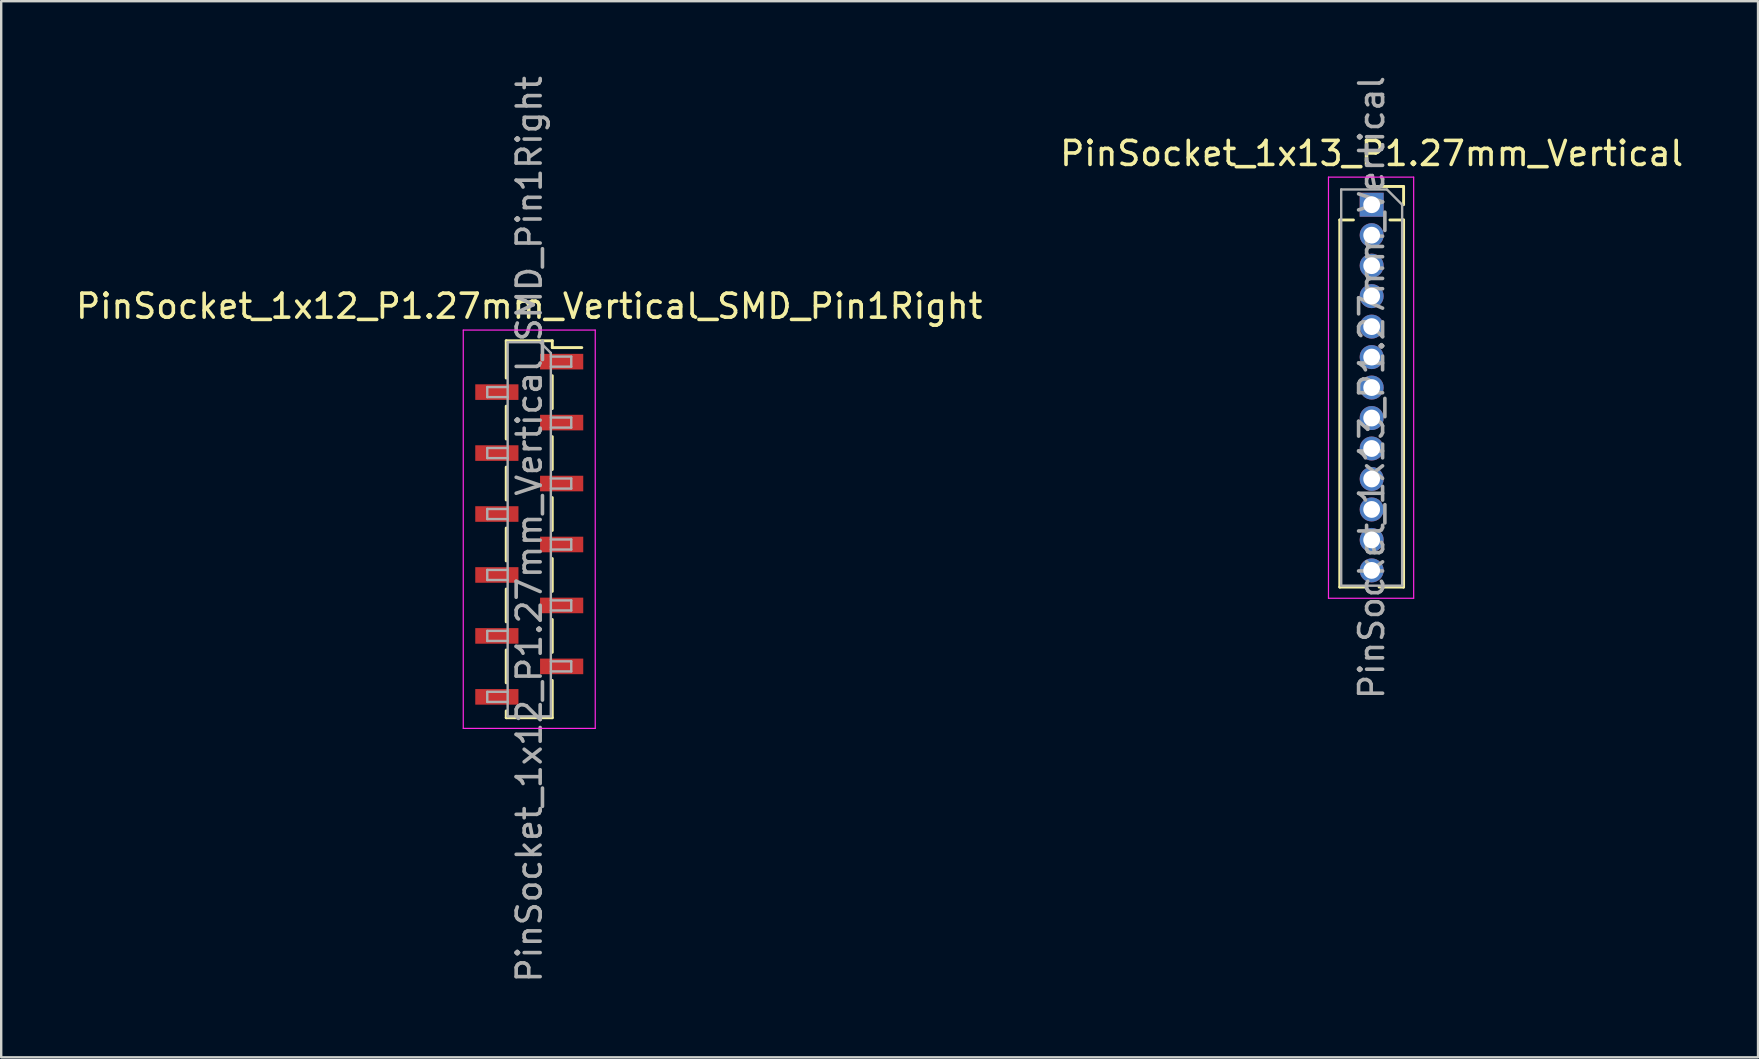
<source format=kicad_pcb>
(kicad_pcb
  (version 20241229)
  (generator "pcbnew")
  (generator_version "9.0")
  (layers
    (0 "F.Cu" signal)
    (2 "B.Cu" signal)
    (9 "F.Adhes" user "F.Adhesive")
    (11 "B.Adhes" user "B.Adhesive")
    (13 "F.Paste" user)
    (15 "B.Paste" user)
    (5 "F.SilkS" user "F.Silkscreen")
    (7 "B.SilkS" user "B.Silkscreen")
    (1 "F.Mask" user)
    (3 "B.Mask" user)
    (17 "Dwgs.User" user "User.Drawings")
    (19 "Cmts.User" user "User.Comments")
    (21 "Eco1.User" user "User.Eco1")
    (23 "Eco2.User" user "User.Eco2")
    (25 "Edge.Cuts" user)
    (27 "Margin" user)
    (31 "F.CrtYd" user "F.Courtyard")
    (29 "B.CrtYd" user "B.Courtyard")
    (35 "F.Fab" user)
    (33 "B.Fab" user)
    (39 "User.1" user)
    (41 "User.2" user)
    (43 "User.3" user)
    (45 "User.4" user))
  (footprint "PinSocket_1x12_P1.27mm_Vertical_SMD_Pin1Right"
    (layer "F.Cu")
    (at 19.006 19.006)
    (property "Reference" "PinSocket_1x12_P1.27mm_Vertical_SMD_Pin1Right" (at 0 -9.295 0) (layer "F.SilkS") (effects (font (size 1 1) (thickness 0.15))))
    (attr smd)
    (fp_line (start -0.96 -7.855) (end -0.96 -6.3) (stroke (width 0.12) (type solid)) (layer "F.SilkS"))
    (fp_line (start -0.96 -7.855) (end 0.96 -7.855) (stroke (width 0.12) (type solid)) (layer "F.SilkS"))
    (fp_line (start -0.96 -5.13) (end -0.96 -3.76) (stroke (width 0.12) (type solid)) (layer "F.SilkS"))
    (fp_line (start -0.96 -2.59) (end -0.96 -1.22) (stroke (width 0.12) (type solid)) (layer "F.SilkS"))
    (fp_line (start -0.96 -0.05) (end -0.96 1.32) (stroke (width 0.12) (type solid)) (layer "F.SilkS"))
    (fp_line (start -0.96 2.49) (end -0.96 3.86) (stroke (width 0.12) (type solid)) (layer "F.SilkS"))
    (fp_line (start -0.96 5.03) (end -0.96 6.4) (stroke (width 0.12) (type solid)) (layer "F.SilkS"))
    (fp_line (start -0.96 7.57) (end -0.96 7.855) (stroke (width 0.12) (type solid)) (layer "F.SilkS"))
    (fp_line (start -0.96 7.855) (end 0.96 7.855) (stroke (width 0.12) (type solid)) (layer "F.SilkS"))
    (fp_line (start 0.96 -7.855) (end 0.96 -7.57) (stroke (width 0.12) (type solid)) (layer "F.SilkS"))
    (fp_line (start 0.96 -7.57) (end 2.19 -7.57) (stroke (width 0.12) (type solid)) (layer "F.SilkS"))
    (fp_line (start 0.96 -6.4) (end 0.96 -5.03) (stroke (width 0.12) (type solid)) (layer "F.SilkS"))
    (fp_line (start 0.96 -3.86) (end 0.96 -2.49) (stroke (width 0.12) (type solid)) (layer "F.SilkS"))
    (fp_line (start 0.96 -1.32) (end 0.96 0.05) (stroke (width 0.12) (type solid)) (layer "F.SilkS"))
    (fp_line (start 0.96 1.22) (end 0.96 2.59) (stroke (width 0.12) (type solid)) (layer "F.SilkS"))
    (fp_line (start 0.96 3.76) (end 0.96 5.13) (stroke (width 0.12) (type solid)) (layer "F.SilkS"))
    (fp_line (start 0.96 6.3) (end 0.96 7.855) (stroke (width 0.12) (type solid)) (layer "F.SilkS"))
    (fp_line (start -2.75 -8.3) (end 2.75 -8.3) (stroke (width 0.05) (type solid)) (layer "F.CrtYd"))
    (fp_line (start -2.75 8.3) (end -2.75 -8.3) (stroke (width 0.05) (type solid)) (layer "F.CrtYd"))
    (fp_line (start 2.75 -8.3) (end 2.75 8.3) (stroke (width 0.05) (type solid)) (layer "F.CrtYd"))
    (fp_line (start 2.75 8.3) (end -2.75 8.3) (stroke (width 0.05) (type solid)) (layer "F.CrtYd"))
    (fp_line (start -1.75 -5.925) (end -0.9 -5.925) (stroke (width 0.1) (type solid)) (layer "F.Fab"))
    (fp_line (start -1.75 -5.505) (end -1.75 -5.925) (stroke (width 0.1) (type solid)) (layer "F.Fab"))
    (fp_line (start -1.75 -3.385) (end -0.9 -3.385) (stroke (width 0.1) (type solid)) (layer "F.Fab"))
    (fp_line (start -1.75 -2.965) (end -1.75 -3.385) (stroke (width 0.1) (type solid)) (layer "F.Fab"))
    (fp_line (start -1.75 -0.845) (end -0.9 -0.845) (stroke (width 0.1) (type solid)) (layer "F.Fab"))
    (fp_line (start -1.75 -0.425) (end -1.75 -0.845) (stroke (width 0.1) (type solid)) (layer "F.Fab"))
    (fp_line (start -1.75 1.695) (end -0.9 1.695) (stroke (width 0.1) (type solid)) (layer "F.Fab"))
    (fp_line (start -1.75 2.115) (end -1.75 1.695) (stroke (width 0.1) (type solid)) (layer "F.Fab"))
    (fp_line (start -1.75 4.235) (end -0.9 4.235) (stroke (width 0.1) (type solid)) (layer "F.Fab"))
    (fp_line (start -1.75 4.655) (end -1.75 4.235) (stroke (width 0.1) (type solid)) (layer "F.Fab"))
    (fp_line (start -1.75 6.775) (end -0.9 6.775) (stroke (width 0.1) (type solid)) (layer "F.Fab"))
    (fp_line (start -1.75 7.195) (end -1.75 6.775) (stroke (width 0.1) (type solid)) (layer "F.Fab"))
    (fp_line (start -0.9 -7.795) (end 0.45 -7.795) (stroke (width 0.1) (type solid)) (layer "F.Fab"))
    (fp_line (start -0.9 -5.505) (end -1.75 -5.505) (stroke (width 0.1) (type solid)) (layer "F.Fab"))
    (fp_line (start -0.9 -2.965) (end -1.75 -2.965) (stroke (width 0.1) (type solid)) (layer "F.Fab"))
    (fp_line (start -0.9 -0.425) (end -1.75 -0.425) (stroke (width 0.1) (type solid)) (layer "F.Fab"))
    (fp_line (start -0.9 2.115) (end -1.75 2.115) (stroke (width 0.1) (type solid)) (layer "F.Fab"))
    (fp_line (start -0.9 4.655) (end -1.75 4.655) (stroke (width 0.1) (type solid)) (layer "F.Fab"))
    (fp_line (start -0.9 7.195) (end -1.75 7.195) (stroke (width 0.1) (type solid)) (layer "F.Fab"))
    (fp_line (start -0.9 7.795) (end -0.9 -7.795) (stroke (width 0.1) (type solid)) (layer "F.Fab"))
    (fp_line (start 0.45 -7.795) (end 0.9 -7.345) (stroke (width 0.1) (type solid)) (layer "F.Fab"))
    (fp_line (start 0.9 -7.345) (end 0.9 7.795) (stroke (width 0.1) (type solid)) (layer "F.Fab"))
    (fp_line (start 0.9 -7.195) (end 1.75 -7.195) (stroke (width 0.1) (type solid)) (layer "F.Fab"))
    (fp_line (start 0.9 -4.655) (end 1.75 -4.655) (stroke (width 0.1) (type solid)) (layer "F.Fab"))
    (fp_line (start 0.9 -2.115) (end 1.75 -2.115) (stroke (width 0.1) (type solid)) (layer "F.Fab"))
    (fp_line (start 0.9 0.425) (end 1.75 0.425) (stroke (width 0.1) (type solid)) (layer "F.Fab"))
    (fp_line (start 0.9 2.965) (end 1.75 2.965) (stroke (width 0.1) (type solid)) (layer "F.Fab"))
    (fp_line (start 0.9 5.505) (end 1.75 5.505) (stroke (width 0.1) (type solid)) (layer "F.Fab"))
    (fp_line (start 0.9 7.795) (end -0.9 7.795) (stroke (width 0.1) (type solid)) (layer "F.Fab"))
    (fp_line (start 1.75 -7.195) (end 1.75 -6.775) (stroke (width 0.1) (type solid)) (layer "F.Fab"))
    (fp_line (start 1.75 -6.775) (end 0.9 -6.775) (stroke (width 0.1) (type solid)) (layer "F.Fab"))
    (fp_line (start 1.75 -4.655) (end 1.75 -4.235) (stroke (width 0.1) (type solid)) (layer "F.Fab"))
    (fp_line (start 1.75 -4.235) (end 0.9 -4.235) (stroke (width 0.1) (type solid)) (layer "F.Fab"))
    (fp_line (start 1.75 -2.115) (end 1.75 -1.695) (stroke (width 0.1) (type solid)) (layer "F.Fab"))
    (fp_line (start 1.75 -1.695) (end 0.9 -1.695) (stroke (width 0.1) (type solid)) (layer "F.Fab"))
    (fp_line (start 1.75 0.425) (end 1.75 0.845) (stroke (width 0.1) (type solid)) (layer "F.Fab"))
    (fp_line (start 1.75 0.845) (end 0.9 0.845) (stroke (width 0.1) (type solid)) (layer "F.Fab"))
    (fp_line (start 1.75 2.965) (end 1.75 3.385) (stroke (width 0.1) (type solid)) (layer "F.Fab"))
    (fp_line (start 1.75 3.385) (end 0.9 3.385) (stroke (width 0.1) (type solid)) (layer "F.Fab"))
    (fp_line (start 1.75 5.505) (end 1.75 5.925) (stroke (width 0.1) (type solid)) (layer "F.Fab"))
    (fp_line (start 1.75 5.925) (end 0.9 5.925) (stroke (width 0.1) (type solid)) (layer "F.Fab"))
    (fp_text user "${REFERENCE}" (at 0 0 90) (layer "F.Fab") (effects (font (size 1 1) (thickness 0.15))))
    (pad "1" smd rect (at 1.35 -6.985) (size 1.8 0.65) (layers "F.Cu" "F.Mask" "F.Paste"))
    (pad "2" smd rect (at -1.35 -5.715) (size 1.8 0.65) (layers "F.Cu" "F.Mask" "F.Paste"))
    (pad "3" smd rect (at 1.35 -4.445) (size 1.8 0.65) (layers "F.Cu" "F.Mask" "F.Paste"))
    (pad "4" smd rect (at -1.35 -3.175) (size 1.8 0.65) (layers "F.Cu" "F.Mask" "F.Paste"))
    (pad "5" smd rect (at 1.35 -1.905) (size 1.8 0.65) (layers "F.Cu" "F.Mask" "F.Paste"))
    (pad "6" smd rect (at -1.35 -0.635) (size 1.8 0.65) (layers "F.Cu" "F.Mask" "F.Paste"))
    (pad "7" smd rect (at 1.35 0.635) (size 1.8 0.65) (layers "F.Cu" "F.Mask" "F.Paste"))
    (pad "8" smd rect (at -1.35 1.905) (size 1.8 0.65) (layers "F.Cu" "F.Mask" "F.Paste"))
    (pad "9" smd rect (at 1.35 3.175) (size 1.8 0.65) (layers "F.Cu" "F.Mask" "F.Paste"))
    (pad "10" smd rect (at -1.35 4.445) (size 1.8 0.65) (layers "F.Cu" "F.Mask" "F.Paste"))
    (pad "11" smd rect (at 1.35 5.715) (size 1.8 0.65) (layers "F.Cu" "F.Mask" "F.Paste"))
    (pad "12" smd rect (at -1.35 6.985) (size 1.8 0.65) (layers "F.Cu" "F.Mask" "F.Paste")))
  (footprint "PinSocket_1x13_P1.27mm_Vertical"
    (layer "F.Cu")
    (at 54.113 5.481)
    (property "Reference" "PinSocket_1x13_P1.27mm_Vertical" (at 0 -2.135 0) (layer "F.SilkS") (effects (font (size 1 1) (thickness 0.15))))
    (attr through_hole)
    (fp_line (start -1.33 0.635) (end -1.33 15.935) (stroke (width 0.12) (type solid)) (layer "F.SilkS"))
    (fp_line (start -1.33 0.635) (end -0.76 0.635) (stroke (width 0.12) (type solid)) (layer "F.SilkS"))
    (fp_line (start -1.33 15.935) (end -0.308 15.935) (stroke (width 0.12) (type solid)) (layer "F.SilkS"))
    (fp_line (start 0 -0.76) (end 1.33 -0.76) (stroke (width 0.12) (type solid)) (layer "F.SilkS"))
    (fp_line (start 0.308 15.935) (end 1.33 15.935) (stroke (width 0.12) (type solid)) (layer "F.SilkS"))
    (fp_line (start 0.76 0.635) (end 1.33 0.635) (stroke (width 0.12) (type solid)) (layer "F.SilkS"))
    (fp_line (start 1.33 -0.76) (end 1.33 0) (stroke (width 0.12) (type solid)) (layer "F.SilkS"))
    (fp_line (start 1.33 0.635) (end 1.33 15.935) (stroke (width 0.12) (type solid)) (layer "F.SilkS"))
    (fp_line (start -1.8 -1.15) (end 1.75 -1.15) (stroke (width 0.05) (type solid)) (layer "F.CrtYd"))
    (fp_line (start -1.8 16.4) (end -1.8 -1.15) (stroke (width 0.05) (type solid)) (layer "F.CrtYd"))
    (fp_line (start 1.75 -1.15) (end 1.75 16.4) (stroke (width 0.05) (type solid)) (layer "F.CrtYd"))
    (fp_line (start 1.75 16.4) (end -1.8 16.4) (stroke (width 0.05) (type solid)) (layer "F.CrtYd"))
    (fp_line (start -1.27 -0.635) (end 0.635 -0.635) (stroke (width 0.1) (type solid)) (layer "F.Fab"))
    (fp_line (start -1.27 15.875) (end -1.27 -0.635) (stroke (width 0.1) (type solid)) (layer "F.Fab"))
    (fp_line (start 0.635 -0.635) (end 1.27 0) (stroke (width 0.1) (type solid)) (layer "F.Fab"))
    (fp_line (start 1.27 0) (end 1.27 15.875) (stroke (width 0.1) (type solid)) (layer "F.Fab"))
    (fp_line (start 1.27 15.875) (end -1.27 15.875) (stroke (width 0.1) (type solid)) (layer "F.Fab"))
    (fp_text user "${REFERENCE}" (at 0 7.62 90) (layer "F.Fab") (effects (font (size 1 1) (thickness 0.15))))
    (pad "1" thru_hole rect (at 0 0) (size 1 1) (drill 0.7) (layers "*.Cu" "*.Mask"))
    (pad "2" thru_hole oval (at 0 1.27) (size 1 1) (drill 0.7) (layers "*.Cu" "*.Mask"))
    (pad "3" thru_hole oval (at 0 2.54) (size 1 1) (drill 0.7) (layers "*.Cu" "*.Mask"))
    (pad "4" thru_hole oval (at 0 3.81) (size 1 1) (drill 0.7) (layers "*.Cu" "*.Mask"))
    (pad "5" thru_hole oval (at 0 5.08) (size 1 1) (drill 0.7) (layers "*.Cu" "*.Mask"))
    (pad "6" thru_hole oval (at 0 6.35) (size 1 1) (drill 0.7) (layers "*.Cu" "*.Mask"))
    (pad "7" thru_hole oval (at 0 7.62) (size 1 1) (drill 0.7) (layers "*.Cu" "*.Mask"))
    (pad "8" thru_hole oval (at 0 8.89) (size 1 1) (drill 0.7) (layers "*.Cu" "*.Mask"))
    (pad "9" thru_hole oval (at 0 10.16) (size 1 1) (drill 0.7) (layers "*.Cu" "*.Mask"))
    (pad "10" thru_hole oval (at 0 11.43) (size 1 1) (drill 0.7) (layers "*.Cu" "*.Mask"))
    (pad "11" thru_hole oval (at 0 12.7) (size 1 1) (drill 0.7) (layers "*.Cu" "*.Mask"))
    (pad "12" thru_hole oval (at 0 13.97) (size 1 1) (drill 0.7) (layers "*.Cu" "*.Mask"))
    (pad "13" thru_hole oval (at 0 15.24) (size 1 1) (drill 0.7) (layers "*.Cu" "*.Mask")))
  (gr_rect
    (start -3 -3)
    (end 70.214 41.012)
    (stroke (width 0.1) (type default))
    (fill no)
    (layer "Edge.Cuts")))
</source>
